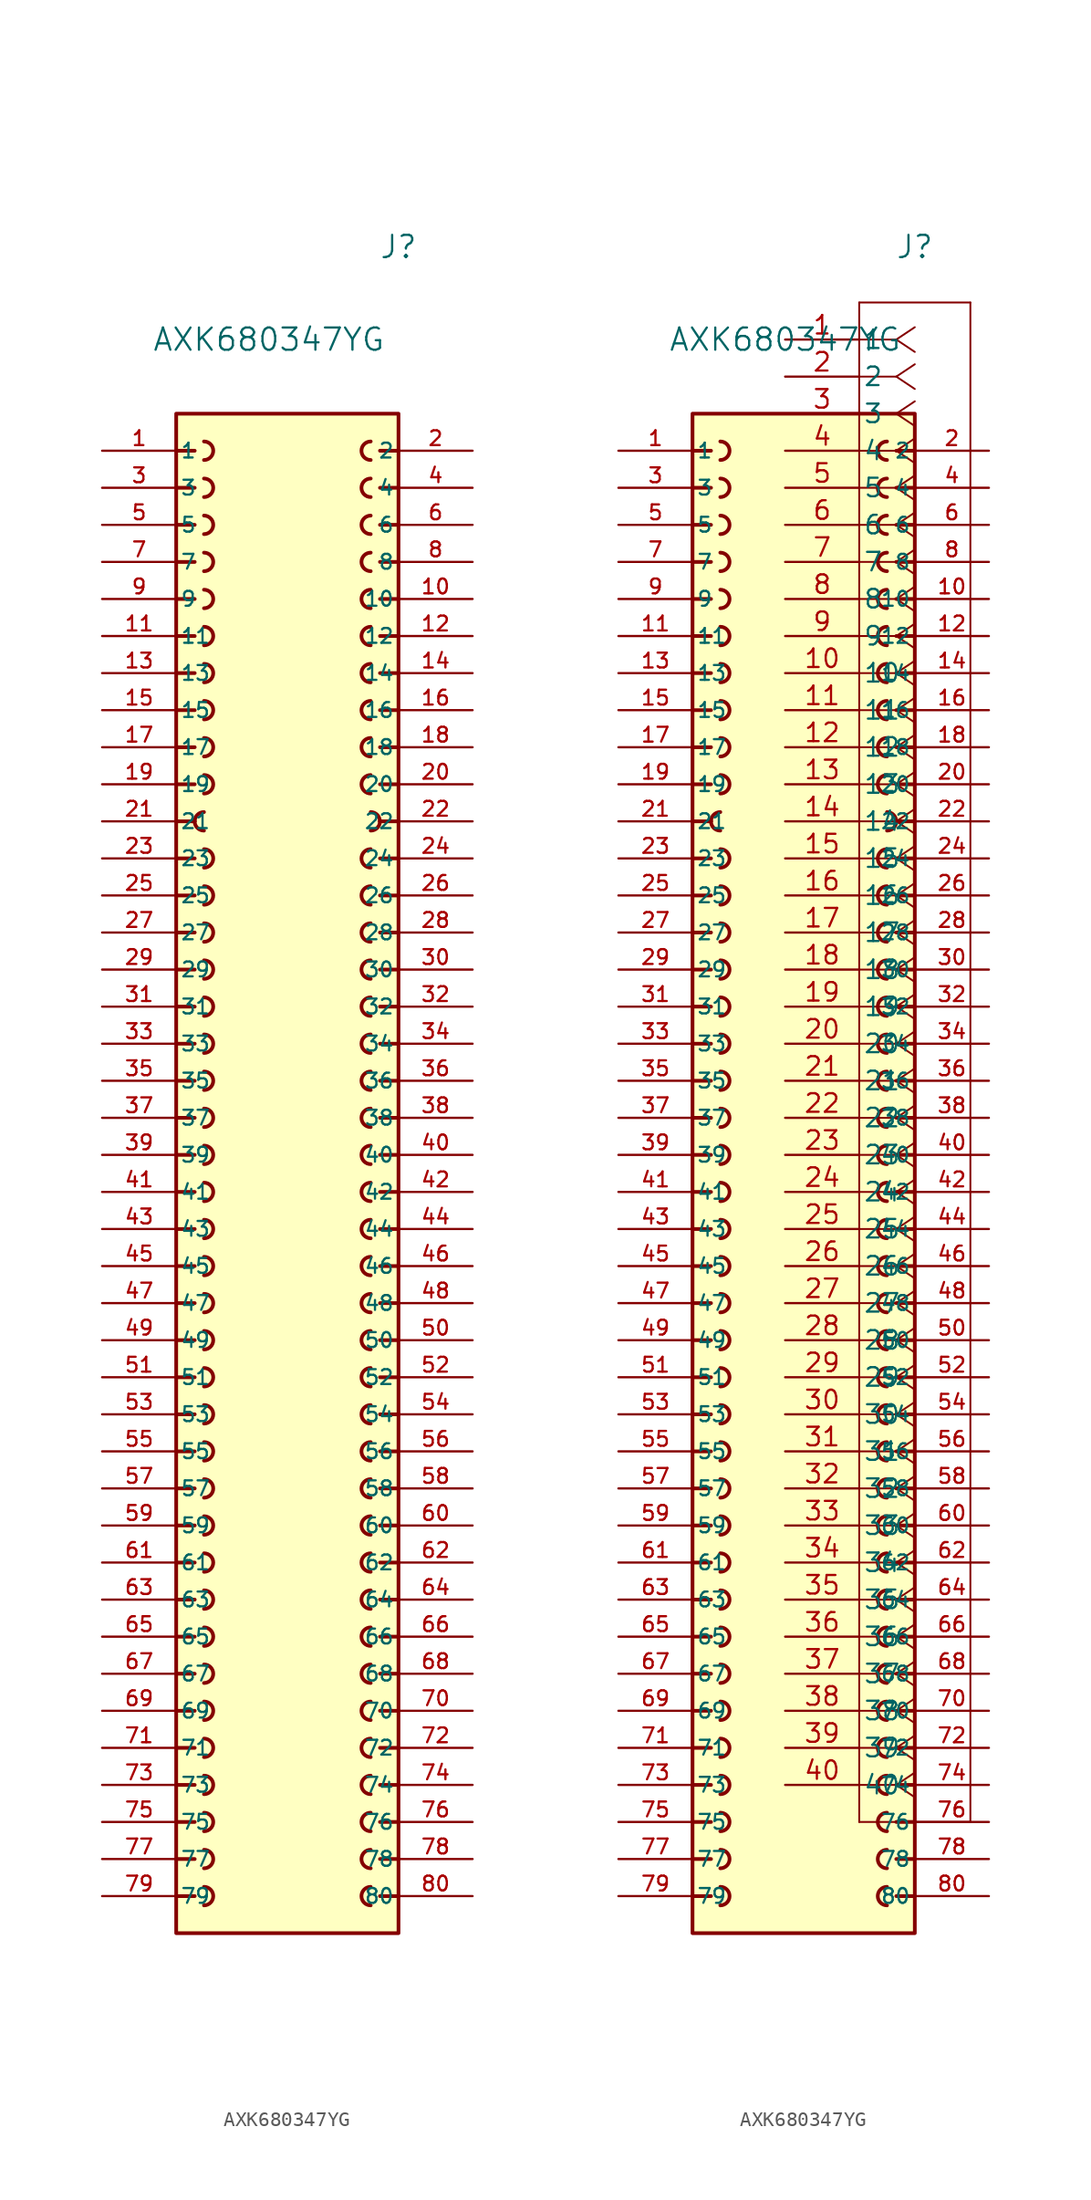
<source format=kicad_sym>
(kicad_symbol_lib
  (version 20241209)
  (generator "kicad_symbol_editor")
  (generator_version "9.0")
  (symbol "AXK680347YG"
    (pin_names
      (offset 0.254))
    (property "Reference" "J"
      (at 7.62 63.5 0)
      (effects (font (size 1.524 1.524))))
    (property "Value" "AXK680347YG"
      (at -1.27 57.15 0)
      (effects (font (size 1.524 1.524))))
    (symbol "AXK680347YG_0_0"
      (rectangle (start -7.62 52.07) (end 7.62 -52.07) (stroke (width 0.254) (type solid)) (fill (type background)))
      (polyline (pts (xy -7.62 49.53) (xy -6.35 49.53)) (stroke (width 0.254) (type solid)) (fill (type none)))
      (polyline (pts (xy -7.62 46.99) (xy -6.35 46.99)) (stroke (width 0.254) (type solid)) (fill (type none)))
      (polyline (pts (xy -7.62 44.45) (xy -6.35 44.45)) (stroke (width 0.254) (type solid)) (fill (type none)))
      (polyline (pts (xy -7.62 41.91) (xy -6.35 41.91)) (stroke (width 0.254) (type solid)) (fill (type none)))
      (polyline (pts (xy -7.62 39.37) (xy -6.35 39.37)) (stroke (width 0.254) (type solid)) (fill (type none)))
      (polyline (pts (xy -7.62 36.83) (xy -6.35 36.83)) (stroke (width 0.254) (type solid)) (fill (type none)))
      (polyline (pts (xy -7.62 34.29) (xy -6.35 34.29)) (stroke (width 0.254) (type solid)) (fill (type none)))
      (polyline (pts (xy -7.62 31.75) (xy -6.35 31.75)) (stroke (width 0.254) (type solid)) (fill (type none)))
      (polyline (pts (xy -7.62 29.21) (xy -6.35 29.21)) (stroke (width 0.254) (type solid)) (fill (type none)))
      (polyline (pts (xy -7.62 26.67) (xy -6.35 26.67)) (stroke (width 0.254) (type solid)) (fill (type none)))
      (polyline (pts (xy -7.62 24.13) (xy -6.35 24.13)) (stroke (width 0.254) (type solid)) (fill (type none)))
      (polyline (pts (xy -7.62 21.59) (xy -6.35 21.59)) (stroke (width 0.254) (type solid)) (fill (type none)))
      (polyline (pts (xy -7.62 19.05) (xy -6.35 19.05)) (stroke (width 0.254) (type solid)) (fill (type none)))
      (polyline (pts (xy -7.62 16.51) (xy -6.35 16.51)) (stroke (width 0.254) (type solid)) (fill (type none)))
      (polyline (pts (xy -7.62 13.97) (xy -6.35 13.97)) (stroke (width 0.254) (type solid)) (fill (type none)))
      (polyline (pts (xy -7.62 11.43) (xy -6.35 11.43)) (stroke (width 0.254) (type solid)) (fill (type none)))
      (polyline (pts (xy -7.62 8.89) (xy -6.35 8.89)) (stroke (width 0.254) (type solid)) (fill (type none)))
      (polyline (pts (xy -7.62 6.35) (xy -6.35 6.35)) (stroke (width 0.254) (type solid)) (fill (type none)))
      (polyline (pts (xy -7.62 3.81) (xy -6.35 3.81)) (stroke (width 0.254) (type solid)) (fill (type none)))
      (polyline (pts (xy -7.62 1.27) (xy -6.35 1.27)) (stroke (width 0.254) (type solid)) (fill (type none)))
      (polyline (pts (xy -7.62 -1.27) (xy -6.35 -1.27)) (stroke (width 0.254) (type solid)) (fill (type none)))
      (polyline (pts (xy -7.62 -3.81) (xy -6.35 -3.81)) (stroke (width 0.254) (type solid)) (fill (type none)))
      (polyline (pts (xy -7.62 -6.35) (xy -6.35 -6.35)) (stroke (width 0.254) (type solid)) (fill (type none)))
      (polyline (pts (xy -7.62 -8.89) (xy -6.35 -8.89)) (stroke (width 0.254) (type solid)) (fill (type none)))
      (polyline (pts (xy -7.62 -11.43) (xy -6.35 -11.43)) (stroke (width 0.254) (type solid)) (fill (type none)))
      (polyline (pts (xy -7.62 -13.97) (xy -6.35 -13.97)) (stroke (width 0.254) (type solid)) (fill (type none)))
      (polyline (pts (xy -7.62 -16.51) (xy -6.35 -16.51)) (stroke (width 0.254) (type solid)) (fill (type none)))
      (polyline (pts (xy -7.62 -19.05) (xy -6.35 -19.05)) (stroke (width 0.254) (type solid)) (fill (type none)))
      (polyline (pts (xy -7.62 -21.59) (xy -6.35 -21.59)) (stroke (width 0.254) (type solid)) (fill (type none)))
      (polyline (pts (xy -7.62 -24.13) (xy -6.35 -24.13)) (stroke (width 0.254) (type solid)) (fill (type none)))
      (polyline (pts (xy -7.62 -26.67) (xy -6.35 -26.67)) (stroke (width 0.254) (type solid)) (fill (type none)))
      (polyline (pts (xy -7.62 -29.21) (xy -6.35 -29.21)) (stroke (width 0.254) (type solid)) (fill (type none)))
      (polyline (pts (xy -7.62 -31.75) (xy -6.35 -31.75)) (stroke (width 0.254) (type solid)) (fill (type none)))
      (polyline (pts (xy -7.62 -34.29) (xy -6.35 -34.29)) (stroke (width 0.254) (type solid)) (fill (type none)))
      (polyline (pts (xy -7.62 -36.83) (xy -6.35 -36.83)) (stroke (width 0.254) (type solid)) (fill (type none)))
      (polyline (pts (xy -7.62 -39.37) (xy -6.35 -39.37)) (stroke (width 0.254) (type solid)) (fill (type none)))
      (polyline (pts (xy -7.62 -41.91) (xy -6.35 -41.91)) (stroke (width 0.254) (type solid)) (fill (type none)))
      (polyline (pts (xy -7.62 -44.45) (xy -6.35 -44.45)) (stroke (width 0.254) (type solid)) (fill (type none)))
      (polyline (pts (xy -7.62 -46.99) (xy -6.35 -46.99)) (stroke (width 0.254) (type solid)) (fill (type none)))
      (polyline (pts (xy -7.62 -49.53) (xy -6.35 -49.53)) (stroke (width 0.254) (type solid)) (fill (type none)))
      (arc (start -5.715 50.165) (mid -5.0827 49.53) (end -5.715 48.895) (stroke (width 0.254) (type solid)) (fill (type none)))
      (arc (start -5.715 47.625) (mid -5.0827 46.99) (end -5.715 46.355) (stroke (width 0.254) (type solid)) (fill (type none)))
      (arc (start -5.715 45.085) (mid -5.0827 44.45) (end -5.715 43.815) (stroke (width 0.254) (type solid)) (fill (type none)))
      (arc (start -5.715 42.545) (mid -5.0827 41.91) (end -5.715 41.275) (stroke (width 0.254) (type solid)) (fill (type none)))
      (arc (start -5.715 40.005) (mid -5.0827 39.37) (end -5.715 38.735) (stroke (width 0.254) (type solid)) (fill (type none)))
      (arc (start -5.715 37.465) (mid -5.0827 36.83) (end -5.715 36.195) (stroke (width 0.254) (type solid)) (fill (type none)))
      (arc (start -5.715 34.925) (mid -5.0827 34.29) (end -5.715 33.655) (stroke (width 0.254) (type solid)) (fill (type none)))
      (arc (start -5.715 32.385) (mid -5.0827 31.75) (end -5.715 31.115) (stroke (width 0.254) (type solid)) (fill (type none)))
      (arc (start -5.715 29.845) (mid -5.0827 29.21) (end -5.715 28.575) (stroke (width 0.254) (type solid)) (fill (type none)))
      (arc (start -5.715 27.305) (mid -5.0827 26.67) (end -5.715 26.035) (stroke (width 0.254) (type solid)) (fill (type none)))
      (arc (start -5.715 22.225) (mid -5.0827 21.59) (end -5.715 20.955) (stroke (width 0.254) (type solid)) (fill (type none)))
      (arc (start -5.715 19.685) (mid -5.0827 19.05) (end -5.715 18.415) (stroke (width 0.254) (type solid)) (fill (type none)))
      (arc (start -5.715 17.145) (mid -5.0827 16.51) (end -5.715 15.875) (stroke (width 0.254) (type solid)) (fill (type none)))
      (arc (start -5.715 14.605) (mid -5.0827 13.97) (end -5.715 13.335) (stroke (width 0.254) (type solid)) (fill (type none)))
      (arc (start -5.715 12.065) (mid -5.0827 11.43) (end -5.715 10.795) (stroke (width 0.254) (type solid)) (fill (type none)))
      (arc (start -5.715 9.525) (mid -5.0827 8.89) (end -5.715 8.255) (stroke (width 0.254) (type solid)) (fill (type none)))
      (arc (start -5.715 6.985) (mid -5.0827 6.35) (end -5.715 5.715) (stroke (width 0.254) (type solid)) (fill (type none)))
      (arc (start -5.715 4.445) (mid -5.0827 3.81) (end -5.715 3.175) (stroke (width 0.254) (type solid)) (fill (type none)))
      (arc (start -5.715 1.905) (mid -5.0827 1.27) (end -5.715 0.635) (stroke (width 0.254) (type solid)) (fill (type none)))
      (arc (start -5.715 -0.635) (mid -5.0827 -1.27) (end -5.715 -1.905) (stroke (width 0.254) (type solid)) (fill (type none)))
      (arc (start -5.715 -3.175) (mid -5.0827 -3.81) (end -5.715 -4.445) (stroke (width 0.254) (type solid)) (fill (type none)))
      (arc (start -5.715 -5.715) (mid -5.0827 -6.35) (end -5.715 -6.985) (stroke (width 0.254) (type solid)) (fill (type none)))
      (arc (start -5.715 -8.255) (mid -5.0827 -8.89) (end -5.715 -9.525) (stroke (width 0.254) (type solid)) (fill (type none)))
      (arc (start -5.715 -10.795) (mid -5.0827 -11.43) (end -5.715 -12.065) (stroke (width 0.254) (type solid)) (fill (type none)))
      (arc (start -5.715 -13.335) (mid -5.0827 -13.97) (end -5.715 -14.605) (stroke (width 0.254) (type solid)) (fill (type none)))
      (arc (start -5.715 -15.875) (mid -5.0827 -16.51) (end -5.715 -17.145) (stroke (width 0.254) (type solid)) (fill (type none)))
      (arc (start -5.715 -18.415) (mid -5.0827 -19.05) (end -5.715 -19.685) (stroke (width 0.254) (type solid)) (fill (type none)))
      (arc (start -5.715 -20.955) (mid -5.0827 -21.59) (end -5.715 -22.225) (stroke (width 0.254) (type solid)) (fill (type none)))
      (arc (start -5.715 -23.495) (mid -5.0827 -24.13) (end -5.715 -24.765) (stroke (width 0.254) (type solid)) (fill (type none)))
      (arc (start -5.715 -26.035) (mid -5.0827 -26.67) (end -5.715 -27.305) (stroke (width 0.254) (type solid)) (fill (type none)))
      (arc (start -5.715 -28.575) (mid -5.0827 -29.21) (end -5.715 -29.845) (stroke (width 0.254) (type solid)) (fill (type none)))
      (arc (start -5.715 -31.115) (mid -5.0827 -31.75) (end -5.715 -32.385) (stroke (width 0.254) (type solid)) (fill (type none)))
      (arc (start -5.715 -33.655) (mid -5.0827 -34.29) (end -5.715 -34.925) (stroke (width 0.254) (type solid)) (fill (type none)))
      (arc (start -5.715 -36.195) (mid -5.0827 -36.83) (end -5.715 -37.465) (stroke (width 0.254) (type solid)) (fill (type none)))
      (arc (start -5.715 -38.735) (mid -5.0827 -39.37) (end -5.715 -40.005) (stroke (width 0.254) (type solid)) (fill (type none)))
      (arc (start -5.715 -41.275) (mid -5.0827 -41.91) (end -5.715 -42.545) (stroke (width 0.254) (type solid)) (fill (type none)))
      (arc (start -5.715 -43.815) (mid -5.0827 -44.45) (end -5.715 -45.085) (stroke (width 0.254) (type solid)) (fill (type none)))
      (arc (start -5.715 -46.355) (mid -5.0827 -46.99) (end -5.715 -47.625) (stroke (width 0.254) (type solid)) (fill (type none)))
      (arc (start -5.715 -48.895) (mid -5.0827 -49.53) (end -5.715 -50.165) (stroke (width 0.254) (type solid)) (fill (type none)))
      (arc (start -6.35 24.13) (mid -6.164 24.579) (end -5.715 24.765) (stroke (width 0.254) (type solid)) (fill (type none)))
      (arc (start -5.715 23.495) (mid -6.164 23.681) (end -6.35 24.13) (stroke (width 0.254) (type solid)) (fill (type none)))
      (arc (start 5.715 24.765) (mid 6.164 24.579) (end 6.35 24.13) (stroke (width 0.254) (type solid)) (fill (type none)))
      (arc (start 6.35 24.13) (mid 6.164 23.681) (end 5.715 23.495) (stroke (width 0.254) (type solid)) (fill (type none)))
      (arc (start 5.715 48.895) (mid 5.083 49.53) (end 5.715 50.165) (stroke (width 0.254) (type solid)) (fill (type none)))
      (arc (start 5.715 46.355) (mid 5.083 46.99) (end 5.715 47.625) (stroke (width 0.254) (type solid)) (fill (type none)))
      (arc (start 5.715 43.815) (mid 5.083 44.45) (end 5.715 45.085) (stroke (width 0.254) (type solid)) (fill (type none)))
      (arc (start 5.715 41.275) (mid 5.083 41.91) (end 5.715 42.545) (stroke (width 0.254) (type solid)) (fill (type none)))
      (arc (start 5.715 38.735) (mid 5.083 39.37) (end 5.715 40.005) (stroke (width 0.254) (type solid)) (fill (type none)))
      (arc (start 5.715 36.195) (mid 5.083 36.83) (end 5.715 37.465) (stroke (width 0.254) (type solid)) (fill (type none)))
      (arc (start 5.715 33.655) (mid 5.083 34.29) (end 5.715 34.925) (stroke (width 0.254) (type solid)) (fill (type none)))
      (arc (start 5.715 31.115) (mid 5.083 31.75) (end 5.715 32.385) (stroke (width 0.254) (type solid)) (fill (type none)))
      (arc (start 5.715 28.575) (mid 5.083 29.21) (end 5.715 29.845) (stroke (width 0.254) (type solid)) (fill (type none)))
      (arc (start 5.715 26.035) (mid 5.083 26.67) (end 5.715 27.305) (stroke (width 0.254) (type solid)) (fill (type none)))
      (arc (start 5.715 20.955) (mid 5.083 21.59) (end 5.715 22.225) (stroke (width 0.254) (type solid)) (fill (type none)))
      (arc (start 5.715 18.415) (mid 5.083 19.05) (end 5.715 19.685) (stroke (width 0.254) (type solid)) (fill (type none)))
      (arc (start 5.715 15.875) (mid 5.083 16.51) (end 5.715 17.145) (stroke (width 0.254) (type solid)) (fill (type none)))
      (arc (start 5.715 13.335) (mid 5.083 13.97) (end 5.715 14.605) (stroke (width 0.254) (type solid)) (fill (type none)))
      (arc (start 5.715 10.795) (mid 5.083 11.43) (end 5.715 12.065) (stroke (width 0.254) (type solid)) (fill (type none)))
      (arc (start 5.715 8.255) (mid 5.083 8.89) (end 5.715 9.525) (stroke (width 0.254) (type solid)) (fill (type none)))
      (arc (start 5.715 5.715) (mid 5.083 6.35) (end 5.715 6.985) (stroke (width 0.254) (type solid)) (fill (type none)))
      (arc (start 5.715 3.175) (mid 5.083 3.81) (end 5.715 4.445) (stroke (width 0.254) (type solid)) (fill (type none)))
      (arc (start 5.715 0.635) (mid 5.083 1.27) (end 5.715 1.905) (stroke (width 0.254) (type solid)) (fill (type none)))
      (arc (start 5.715 -1.905) (mid 5.083 -1.27) (end 5.715 -0.635) (stroke (width 0.254) (type solid)) (fill (type none)))
      (arc (start 5.715 -4.445) (mid 5.083 -3.81) (end 5.715 -3.175) (stroke (width 0.254) (type solid)) (fill (type none)))
      (arc (start 5.715 -6.985) (mid 5.083 -6.35) (end 5.715 -5.715) (stroke (width 0.254) (type solid)) (fill (type none)))
      (arc (start 5.715 -9.525) (mid 5.083 -8.89) (end 5.715 -8.255) (stroke (width 0.254) (type solid)) (fill (type none)))
      (arc (start 5.715 -12.065) (mid 5.083 -11.43) (end 5.715 -10.795) (stroke (width 0.254) (type solid)) (fill (type none)))
      (arc (start 5.715 -14.605) (mid 5.083 -13.97) (end 5.715 -13.335) (stroke (width 0.254) (type solid)) (fill (type none)))
      (arc (start 5.715 -17.145) (mid 5.083 -16.51) (end 5.715 -15.875) (stroke (width 0.254) (type solid)) (fill (type none)))
      (arc (start 5.715 -19.685) (mid 5.083 -19.05) (end 5.715 -18.415) (stroke (width 0.254) (type solid)) (fill (type none)))
      (arc (start 5.715 -22.225) (mid 5.083 -21.59) (end 5.715 -20.955) (stroke (width 0.254) (type solid)) (fill (type none)))
      (arc (start 5.715 -24.765) (mid 5.083 -24.13) (end 5.715 -23.495) (stroke (width 0.254) (type solid)) (fill (type none)))
      (arc (start 5.715 -27.305) (mid 5.083 -26.67) (end 5.715 -26.035) (stroke (width 0.254) (type solid)) (fill (type none)))
      (arc (start 5.715 -29.845) (mid 5.083 -29.21) (end 5.715 -28.575) (stroke (width 0.254) (type solid)) (fill (type none)))
      (arc (start 5.715 -32.385) (mid 5.083 -31.75) (end 5.715 -31.115) (stroke (width 0.254) (type solid)) (fill (type none)))
      (arc (start 5.715 -34.925) (mid 5.083 -34.29) (end 5.715 -33.655) (stroke (width 0.254) (type solid)) (fill (type none)))
      (arc (start 5.715 -37.465) (mid 5.083 -36.83) (end 5.715 -36.195) (stroke (width 0.254) (type solid)) (fill (type none)))
      (arc (start 5.715 -40.005) (mid 5.083 -39.37) (end 5.715 -38.735) (stroke (width 0.254) (type solid)) (fill (type none)))
      (arc (start 5.715 -42.545) (mid 5.083 -41.91) (end 5.715 -41.275) (stroke (width 0.254) (type solid)) (fill (type none)))
      (arc (start 5.715 -45.085) (mid 5.083 -44.45) (end 5.715 -43.815) (stroke (width 0.254) (type solid)) (fill (type none)))
      (arc (start 5.715 -47.625) (mid 5.083 -46.99) (end 5.715 -46.355) (stroke (width 0.254) (type solid)) (fill (type none)))
      (arc (start 5.715 -50.165) (mid 5.083 -49.53) (end 5.715 -48.895) (stroke (width 0.254) (type solid)) (fill (type none)))
      (polyline (pts (xy 7.62 49.53) (xy 6.35 49.53)) (stroke (width 0.254) (type solid)) (fill (type none)))
      (polyline (pts (xy 7.62 46.99) (xy 6.35 46.99)) (stroke (width 0.254) (type solid)) (fill (type none)))
      (polyline (pts (xy 7.62 44.45) (xy 6.35 44.45)) (stroke (width 0.254) (type solid)) (fill (type none)))
      (polyline (pts (xy 7.62 41.91) (xy 6.35 41.91)) (stroke (width 0.254) (type solid)) (fill (type none)))
      (polyline (pts (xy 7.62 39.37) (xy 6.35 39.37)) (stroke (width 0.254) (type solid)) (fill (type none)))
      (polyline (pts (xy 7.62 36.83) (xy 6.35 36.83)) (stroke (width 0.254) (type solid)) (fill (type none)))
      (polyline (pts (xy 7.62 34.29) (xy 6.35 34.29)) (stroke (width 0.254) (type solid)) (fill (type none)))
      (polyline (pts (xy 7.62 31.75) (xy 6.35 31.75)) (stroke (width 0.254) (type solid)) (fill (type none)))
      (polyline (pts (xy 7.62 29.21) (xy 6.35 29.21)) (stroke (width 0.254) (type solid)) (fill (type none)))
      (polyline (pts (xy 7.62 26.67) (xy 6.35 26.67)) (stroke (width 0.254) (type solid)) (fill (type none)))
      (polyline (pts (xy 7.62 24.13) (xy 6.35 24.13)) (stroke (width 0.254) (type solid)) (fill (type none)))
      (polyline (pts (xy 7.62 21.59) (xy 6.35 21.59)) (stroke (width 0.254) (type solid)) (fill (type none)))
      (polyline (pts (xy 7.62 19.05) (xy 6.35 19.05)) (stroke (width 0.254) (type solid)) (fill (type none)))
      (polyline (pts (xy 7.62 16.51) (xy 6.35 16.51)) (stroke (width 0.254) (type solid)) (fill (type none)))
      (polyline (pts (xy 7.62 13.97) (xy 6.35 13.97)) (stroke (width 0.254) (type solid)) (fill (type none)))
      (polyline (pts (xy 7.62 11.43) (xy 6.35 11.43)) (stroke (width 0.254) (type solid)) (fill (type none)))
      (polyline (pts (xy 7.62 8.89) (xy 6.35 8.89)) (stroke (width 0.254) (type solid)) (fill (type none)))
      (polyline (pts (xy 7.62 6.35) (xy 6.35 6.35)) (stroke (width 0.254) (type solid)) (fill (type none)))
      (polyline (pts (xy 7.62 3.81) (xy 6.35 3.81)) (stroke (width 0.254) (type solid)) (fill (type none)))
      (polyline (pts (xy 7.62 1.27) (xy 6.35 1.27)) (stroke (width 0.254) (type solid)) (fill (type none)))
      (polyline (pts (xy 7.62 -1.27) (xy 6.35 -1.27)) (stroke (width 0.254) (type solid)) (fill (type none)))
      (polyline (pts (xy 7.62 -3.81) (xy 6.35 -3.81)) (stroke (width 0.254) (type solid)) (fill (type none)))
      (polyline (pts (xy 7.62 -6.35) (xy 6.35 -6.35)) (stroke (width 0.254) (type solid)) (fill (type none)))
      (polyline (pts (xy 7.62 -8.89) (xy 6.35 -8.89)) (stroke (width 0.254) (type solid)) (fill (type none)))
      (polyline (pts (xy 7.62 -11.43) (xy 6.35 -11.43)) (stroke (width 0.254) (type solid)) (fill (type none)))
      (polyline (pts (xy 7.62 -13.97) (xy 6.35 -13.97)) (stroke (width 0.254) (type solid)) (fill (type none)))
      (polyline (pts (xy 7.62 -16.51) (xy 6.35 -16.51)) (stroke (width 0.254) (type solid)) (fill (type none)))
      (polyline (pts (xy 7.62 -19.05) (xy 6.35 -19.05)) (stroke (width 0.254) (type solid)) (fill (type none)))
      (polyline (pts (xy 7.62 -21.59) (xy 6.35 -21.59)) (stroke (width 0.254) (type solid)) (fill (type none)))
      (polyline (pts (xy 7.62 -24.13) (xy 6.35 -24.13)) (stroke (width 0.254) (type solid)) (fill (type none)))
      (polyline (pts (xy 7.62 -26.67) (xy 6.35 -26.67)) (stroke (width 0.254) (type solid)) (fill (type none)))
      (polyline (pts (xy 7.62 -29.21) (xy 6.35 -29.21)) (stroke (width 0.254) (type solid)) (fill (type none)))
      (polyline (pts (xy 7.62 -31.75) (xy 6.35 -31.75)) (stroke (width 0.254) (type solid)) (fill (type none)))
      (polyline (pts (xy 7.62 -34.29) (xy 6.35 -34.29)) (stroke (width 0.254) (type solid)) (fill (type none)))
      (polyline (pts (xy 7.62 -36.83) (xy 6.35 -36.83)) (stroke (width 0.254) (type solid)) (fill (type none)))
      (polyline (pts (xy 7.62 -39.37) (xy 6.35 -39.37)) (stroke (width 0.254) (type solid)) (fill (type none)))
      (polyline (pts (xy 7.62 -41.91) (xy 6.35 -41.91)) (stroke (width 0.254) (type solid)) (fill (type none)))
      (polyline (pts (xy 7.62 -44.45) (xy 6.35 -44.45)) (stroke (width 0.254) (type solid)) (fill (type none)))
      (polyline (pts (xy 7.62 -46.99) (xy 6.35 -46.99)) (stroke (width 0.254) (type solid)) (fill (type none)))
      (polyline (pts (xy 7.62 -49.53) (xy 6.35 -49.53)) (stroke (width 0.254) (type solid)) (fill (type none)))
      (pin passive line (at -12.7 49.53 0) (length 5.08) (name "1" (effects (font (size 1.016 1.016)))) (number "1" (effects (font (size 1.016 1.016)))))
      (pin passive line (at -12.7 46.99 0) (length 5.08) (name "3" (effects (font (size 1.016 1.016)))) (number "3" (effects (font (size 1.016 1.016)))))
      (pin passive line (at -12.7 44.45 0) (length 5.08) (name "5" (effects (font (size 1.016 1.016)))) (number "5" (effects (font (size 1.016 1.016)))))
      (pin passive line (at -12.7 41.91 0) (length 5.08) (name "7" (effects (font (size 1.016 1.016)))) (number "7" (effects (font (size 1.016 1.016)))))
      (pin passive line (at -12.7 39.37 0) (length 5.08) (name "9" (effects (font (size 1.016 1.016)))) (number "9" (effects (font (size 1.016 1.016)))))
      (pin passive line (at -12.7 36.83 0) (length 5.08) (name "11" (effects (font (size 1.016 1.016)))) (number "11" (effects (font (size 1.016 1.016)))))
      (pin passive line (at -12.7 34.29 0) (length 5.08) (name "13" (effects (font (size 1.016 1.016)))) (number "13" (effects (font (size 1.016 1.016)))))
      (pin passive line (at -12.7 31.75 0) (length 5.08) (name "15" (effects (font (size 1.016 1.016)))) (number "15" (effects (font (size 1.016 1.016)))))
      (pin passive line (at -12.7 29.21 0) (length 5.08) (name "17" (effects (font (size 1.016 1.016)))) (number "17" (effects (font (size 1.016 1.016)))))
      (pin passive line (at -12.7 26.67 0) (length 5.08) (name "19" (effects (font (size 1.016 1.016)))) (number "19" (effects (font (size 1.016 1.016)))))
      (pin passive line (at -12.7 24.13 0) (length 5.08) (name "21" (effects (font (size 1.016 1.016)))) (number "21" (effects (font (size 1.016 1.016)))))
      (pin passive line (at -12.7 21.59 0) (length 5.08) (name "23" (effects (font (size 1.016 1.016)))) (number "23" (effects (font (size 1.016 1.016)))))
      (pin passive line (at -12.7 19.05 0) (length 5.08) (name "25" (effects (font (size 1.016 1.016)))) (number "25" (effects (font (size 1.016 1.016)))))
      (pin passive line (at -12.7 16.51 0) (length 5.08) (name "27" (effects (font (size 1.016 1.016)))) (number "27" (effects (font (size 1.016 1.016)))))
      (pin passive line (at -12.7 13.97 0) (length 5.08) (name "29" (effects (font (size 1.016 1.016)))) (number "29" (effects (font (size 1.016 1.016)))))
      (pin passive line (at -12.7 11.43 0) (length 5.08) (name "31" (effects (font (size 1.016 1.016)))) (number "31" (effects (font (size 1.016 1.016)))))
      (pin passive line (at -12.7 8.89 0) (length 5.08) (name "33" (effects (font (size 1.016 1.016)))) (number "33" (effects (font (size 1.016 1.016)))))
      (pin passive line (at -12.7 6.35 0) (length 5.08) (name "35" (effects (font (size 1.016 1.016)))) (number "35" (effects (font (size 1.016 1.016)))))
      (pin passive line (at -12.7 3.81 0) (length 5.08) (name "37" (effects (font (size 1.016 1.016)))) (number "37" (effects (font (size 1.016 1.016)))))
      (pin passive line (at -12.7 1.27 0) (length 5.08) (name "39" (effects (font (size 1.016 1.016)))) (number "39" (effects (font (size 1.016 1.016)))))
      (pin passive line (at -12.7 -1.27 0) (length 5.08) (name "41" (effects (font (size 1.016 1.016)))) (number "41" (effects (font (size 1.016 1.016)))))
      (pin passive line (at -12.7 -3.81 0) (length 5.08) (name "43" (effects (font (size 1.016 1.016)))) (number "43" (effects (font (size 1.016 1.016)))))
      (pin passive line (at -12.7 -6.35 0) (length 5.08) (name "45" (effects (font (size 1.016 1.016)))) (number "45" (effects (font (size 1.016 1.016)))))
      (pin passive line (at -12.7 -8.89 0) (length 5.08) (name "47" (effects (font (size 1.016 1.016)))) (number "47" (effects (font (size 1.016 1.016)))))
      (pin passive line (at -12.7 -11.43 0) (length 5.08) (name "49" (effects (font (size 1.016 1.016)))) (number "49" (effects (font (size 1.016 1.016)))))
      (pin passive line (at -12.7 -13.97 0) (length 5.08) (name "51" (effects (font (size 1.016 1.016)))) (number "51" (effects (font (size 1.016 1.016)))))
      (pin passive line (at -12.7 -16.51 0) (length 5.08) (name "53" (effects (font (size 1.016 1.016)))) (number "53" (effects (font (size 1.016 1.016)))))
      (pin passive line (at -12.7 -19.05 0) (length 5.08) (name "55" (effects (font (size 1.016 1.016)))) (number "55" (effects (font (size 1.016 1.016)))))
      (pin passive line (at -12.7 -21.59 0) (length 5.08) (name "57" (effects (font (size 1.016 1.016)))) (number "57" (effects (font (size 1.016 1.016)))))
      (pin passive line (at -12.7 -24.13 0) (length 5.08) (name "59" (effects (font (size 1.016 1.016)))) (number "59" (effects (font (size 1.016 1.016)))))
      (pin passive line (at -12.7 -26.67 0) (length 5.08) (name "61" (effects (font (size 1.016 1.016)))) (number "61" (effects (font (size 1.016 1.016)))))
      (pin passive line (at -12.7 -29.21 0) (length 5.08) (name "63" (effects (font (size 1.016 1.016)))) (number "63" (effects (font (size 1.016 1.016)))))
      (pin passive line (at -12.7 -31.75 0) (length 5.08) (name "65" (effects (font (size 1.016 1.016)))) (number "65" (effects (font (size 1.016 1.016)))))
      (pin passive line (at -12.7 -34.29 0) (length 5.08) (name "67" (effects (font (size 1.016 1.016)))) (number "67" (effects (font (size 1.016 1.016)))))
      (pin passive line (at -12.7 -36.83 0) (length 5.08) (name "69" (effects (font (size 1.016 1.016)))) (number "69" (effects (font (size 1.016 1.016)))))
      (pin passive line (at -12.7 -39.37 0) (length 5.08) (name "71" (effects (font (size 1.016 1.016)))) (number "71" (effects (font (size 1.016 1.016)))))
      (pin passive line (at -12.7 -41.91 0) (length 5.08) (name "73" (effects (font (size 1.016 1.016)))) (number "73" (effects (font (size 1.016 1.016)))))
      (pin passive line (at -12.7 -44.45 0) (length 5.08) (name "75" (effects (font (size 1.016 1.016)))) (number "75" (effects (font (size 1.016 1.016)))))
      (pin passive line (at -12.7 -46.99 0) (length 5.08) (name "77" (effects (font (size 1.016 1.016)))) (number "77" (effects (font (size 1.016 1.016)))))
      (pin passive line (at -12.7 -49.53 0) (length 5.08) (name "79" (effects (font (size 1.016 1.016)))) (number "79" (effects (font (size 1.016 1.016)))))
      (pin passive line (at 12.7 49.53 180) (length 5.08) (name "2" (effects (font (size 1.016 1.016)))) (number "2" (effects (font (size 1.016 1.016)))))
      (pin passive line (at 12.7 46.99 180) (length 5.08) (name "4" (effects (font (size 1.016 1.016)))) (number "4" (effects (font (size 1.016 1.016)))))
      (pin passive line (at 12.7 44.45 180) (length 5.08) (name "6" (effects (font (size 1.016 1.016)))) (number "6" (effects (font (size 1.016 1.016)))))
      (pin passive line (at 12.7 41.91 180) (length 5.08) (name "8" (effects (font (size 1.016 1.016)))) (number "8" (effects (font (size 1.016 1.016)))))
      (pin passive line (at 12.7 39.37 180) (length 5.08) (name "10" (effects (font (size 1.016 1.016)))) (number "10" (effects (font (size 1.016 1.016)))))
      (pin passive line (at 12.7 36.83 180) (length 5.08) (name "12" (effects (font (size 1.016 1.016)))) (number "12" (effects (font (size 1.016 1.016)))))
      (pin passive line (at 12.7 34.29 180) (length 5.08) (name "14" (effects (font (size 1.016 1.016)))) (number "14" (effects (font (size 1.016 1.016)))))
      (pin passive line (at 12.7 31.75 180) (length 5.08) (name "16" (effects (font (size 1.016 1.016)))) (number "16" (effects (font (size 1.016 1.016)))))
      (pin passive line (at 12.7 29.21 180) (length 5.08) (name "18" (effects (font (size 1.016 1.016)))) (number "18" (effects (font (size 1.016 1.016)))))
      (pin passive line (at 12.7 26.67 180) (length 5.08) (name "20" (effects (font (size 1.016 1.016)))) (number "20" (effects (font (size 1.016 1.016)))))
      (pin passive line (at 12.7 24.13 180) (length 5.08) (name "22" (effects (font (size 1.016 1.016)))) (number "22" (effects (font (size 1.016 1.016)))))
      (pin passive line (at 12.7 21.59 180) (length 5.08) (name "24" (effects (font (size 1.016 1.016)))) (number "24" (effects (font (size 1.016 1.016)))))
      (pin passive line (at 12.7 19.05 180) (length 5.08) (name "26" (effects (font (size 1.016 1.016)))) (number "26" (effects (font (size 1.016 1.016)))))
      (pin passive line (at 12.7 16.51 180) (length 5.08) (name "28" (effects (font (size 1.016 1.016)))) (number "28" (effects (font (size 1.016 1.016)))))
      (pin passive line (at 12.7 13.97 180) (length 5.08) (name "30" (effects (font (size 1.016 1.016)))) (number "30" (effects (font (size 1.016 1.016)))))
      (pin passive line (at 12.7 11.43 180) (length 5.08) (name "32" (effects (font (size 1.016 1.016)))) (number "32" (effects (font (size 1.016 1.016)))))
      (pin passive line (at 12.7 8.89 180) (length 5.08) (name "34" (effects (font (size 1.016 1.016)))) (number "34" (effects (font (size 1.016 1.016)))))
      (pin passive line (at 12.7 6.35 180) (length 5.08) (name "36" (effects (font (size 1.016 1.016)))) (number "36" (effects (font (size 1.016 1.016)))))
      (pin passive line (at 12.7 3.81 180) (length 5.08) (name "38" (effects (font (size 1.016 1.016)))) (number "38" (effects (font (size 1.016 1.016)))))
      (pin passive line (at 12.7 1.27 180) (length 5.08) (name "40" (effects (font (size 1.016 1.016)))) (number "40" (effects (font (size 1.016 1.016)))))
      (pin passive line (at 12.7 -1.27 180) (length 5.08) (name "42" (effects (font (size 1.016 1.016)))) (number "42" (effects (font (size 1.016 1.016)))))
      (pin passive line (at 12.7 -3.81 180) (length 5.08) (name "44" (effects (font (size 1.016 1.016)))) (number "44" (effects (font (size 1.016 1.016)))))
      (pin passive line (at 12.7 -6.35 180) (length 5.08) (name "46" (effects (font (size 1.016 1.016)))) (number "46" (effects (font (size 1.016 1.016)))))
      (pin passive line (at 12.7 -8.89 180) (length 5.08) (name "48" (effects (font (size 1.016 1.016)))) (number "48" (effects (font (size 1.016 1.016)))))
      (pin passive line (at 12.7 -11.43 180) (length 5.08) (name "50" (effects (font (size 1.016 1.016)))) (number "50" (effects (font (size 1.016 1.016)))))
      (pin passive line (at 12.7 -13.97 180) (length 5.08) (name "52" (effects (font (size 1.016 1.016)))) (number "52" (effects (font (size 1.016 1.016)))))
      (pin passive line (at 12.7 -16.51 180) (length 5.08) (name "54" (effects (font (size 1.016 1.016)))) (number "54" (effects (font (size 1.016 1.016)))))
      (pin passive line (at 12.7 -19.05 180) (length 5.08) (name "56" (effects (font (size 1.016 1.016)))) (number "56" (effects (font (size 1.016 1.016)))))
      (pin passive line (at 12.7 -21.59 180) (length 5.08) (name "58" (effects (font (size 1.016 1.016)))) (number "58" (effects (font (size 1.016 1.016)))))
      (pin passive line (at 12.7 -24.13 180) (length 5.08) (name "60" (effects (font (size 1.016 1.016)))) (number "60" (effects (font (size 1.016 1.016)))))
      (pin passive line (at 12.7 -26.67 180) (length 5.08) (name "62" (effects (font (size 1.016 1.016)))) (number "62" (effects (font (size 1.016 1.016)))))
      (pin passive line (at 12.7 -29.21 180) (length 5.08) (name "64" (effects (font (size 1.016 1.016)))) (number "64" (effects (font (size 1.016 1.016)))))
      (pin passive line (at 12.7 -31.75 180) (length 5.08) (name "66" (effects (font (size 1.016 1.016)))) (number "66" (effects (font (size 1.016 1.016)))))
      (pin passive line (at 12.7 -34.29 180) (length 5.08) (name "68" (effects (font (size 1.016 1.016)))) (number "68" (effects (font (size 1.016 1.016)))))
      (pin passive line (at 12.7 -36.83 180) (length 5.08) (name "70" (effects (font (size 1.016 1.016)))) (number "70" (effects (font (size 1.016 1.016)))))
      (pin passive line (at 12.7 -39.37 180) (length 5.08) (name "72" (effects (font (size 1.016 1.016)))) (number "72" (effects (font (size 1.016 1.016)))))
      (pin passive line (at 12.7 -41.91 180) (length 5.08) (name "74" (effects (font (size 1.016 1.016)))) (number "74" (effects (font (size 1.016 1.016)))))
      (pin passive line (at 12.7 -44.45 180) (length 5.08) (name "76" (effects (font (size 1.016 1.016)))) (number "76" (effects (font (size 1.016 1.016)))))
      (pin passive line (at 12.7 -46.99 180) (length 5.08) (name "78" (effects (font (size 1.016 1.016)))) (number "78" (effects (font (size 1.016 1.016)))))
      (pin passive line (at 12.7 -49.53 180) (length 5.08) (name "80" (effects (font (size 1.016 1.016)))) (number "80" (effects (font (size 1.016 1.016))))))
    (symbol "AXK680347YG_1_2"
      (polyline (pts (xy 3.81 59.69) (xy 3.81 -44.45)) (stroke (width 0.127) (type default)) (fill (type none)))
      (polyline (pts (xy 3.81 -44.45) (xy 11.43 -44.45)) (stroke (width 0.127) (type default)) (fill (type none)))
      (polyline (pts (xy 6.35 57.15) (xy 3.81 57.15)) (stroke (width 0.127) (type default)) (fill (type none)))
      (polyline (pts (xy 6.35 57.15) (xy 7.62 57.997)) (stroke (width 0.127) (type default)) (fill (type none)))
      (polyline (pts (xy 6.35 57.15) (xy 7.62 56.303)) (stroke (width 0.127) (type default)) (fill (type none)))
      (polyline (pts (xy 6.35 54.61) (xy 3.81 54.61)) (stroke (width 0.127) (type default)) (fill (type none)))
      (polyline (pts (xy 6.35 54.61) (xy 7.62 55.457)) (stroke (width 0.127) (type default)) (fill (type none)))
      (polyline (pts (xy 6.35 54.61) (xy 7.62 53.763)) (stroke (width 0.127) (type default)) (fill (type none)))
      (polyline (pts (xy 6.35 52.07) (xy 3.81 52.07)) (stroke (width 0.127) (type default)) (fill (type none)))
      (polyline (pts (xy 6.35 52.07) (xy 7.62 52.917)) (stroke (width 0.127) (type default)) (fill (type none)))
      (polyline (pts (xy 6.35 52.07) (xy 7.62 51.223)) (stroke (width 0.127) (type default)) (fill (type none)))
      (polyline (pts (xy 6.35 49.53) (xy 3.81 49.53)) (stroke (width 0.127) (type default)) (fill (type none)))
      (polyline (pts (xy 6.35 49.53) (xy 7.62 50.377)) (stroke (width 0.127) (type default)) (fill (type none)))
      (polyline (pts (xy 6.35 49.53) (xy 7.62 48.683)) (stroke (width 0.127) (type default)) (fill (type none)))
      (polyline (pts (xy 6.35 46.99) (xy 3.81 46.99)) (stroke (width 0.127) (type default)) (fill (type none)))
      (polyline (pts (xy 6.35 46.99) (xy 7.62 47.837)) (stroke (width 0.127) (type default)) (fill (type none)))
      (polyline (pts (xy 6.35 46.99) (xy 7.62 46.143)) (stroke (width 0.127) (type default)) (fill (type none)))
      (polyline (pts (xy 6.35 44.45) (xy 3.81 44.45)) (stroke (width 0.127) (type default)) (fill (type none)))
      (polyline (pts (xy 6.35 44.45) (xy 7.62 45.297)) (stroke (width 0.127) (type default)) (fill (type none)))
      (polyline (pts (xy 6.35 44.45) (xy 7.62 43.603)) (stroke (width 0.127) (type default)) (fill (type none)))
      (polyline (pts (xy 6.35 41.91) (xy 3.81 41.91)) (stroke (width 0.127) (type default)) (fill (type none)))
      (polyline (pts (xy 6.35 41.91) (xy 7.62 42.757)) (stroke (width 0.127) (type default)) (fill (type none)))
      (polyline (pts (xy 6.35 41.91) (xy 7.62 41.063)) (stroke (width 0.127) (type default)) (fill (type none)))
      (polyline (pts (xy 6.35 39.37) (xy 3.81 39.37)) (stroke (width 0.127) (type default)) (fill (type none)))
      (polyline (pts (xy 6.35 39.37) (xy 7.62 40.217)) (stroke (width 0.127) (type default)) (fill (type none)))
      (polyline (pts (xy 6.35 39.37) (xy 7.62 38.523)) (stroke (width 0.127) (type default)) (fill (type none)))
      (polyline (pts (xy 6.35 36.83) (xy 3.81 36.83)) (stroke (width 0.127) (type default)) (fill (type none)))
      (polyline (pts (xy 6.35 36.83) (xy 7.62 37.677)) (stroke (width 0.127) (type default)) (fill (type none)))
      (polyline (pts (xy 6.35 36.83) (xy 7.62 35.983)) (stroke (width 0.127) (type default)) (fill (type none)))
      (polyline (pts (xy 6.35 34.29) (xy 3.81 34.29)) (stroke (width 0.127) (type default)) (fill (type none)))
      (polyline (pts (xy 6.35 34.29) (xy 7.62 35.137)) (stroke (width 0.127) (type default)) (fill (type none)))
      (polyline (pts (xy 6.35 34.29) (xy 7.62 33.443)) (stroke (width 0.127) (type default)) (fill (type none)))
      (polyline (pts (xy 6.35 31.75) (xy 3.81 31.75)) (stroke (width 0.127) (type default)) (fill (type none)))
      (polyline (pts (xy 6.35 31.75) (xy 7.62 32.597)) (stroke (width 0.127) (type default)) (fill (type none)))
      (polyline (pts (xy 6.35 31.75) (xy 7.62 30.903)) (stroke (width 0.127) (type default)) (fill (type none)))
      (polyline (pts (xy 6.35 29.21) (xy 3.81 29.21)) (stroke (width 0.127) (type default)) (fill (type none)))
      (polyline (pts (xy 6.35 29.21) (xy 7.62 30.057)) (stroke (width 0.127) (type default)) (fill (type none)))
      (polyline (pts (xy 6.35 29.21) (xy 7.62 28.363)) (stroke (width 0.127) (type default)) (fill (type none)))
      (polyline (pts (xy 6.35 26.67) (xy 3.81 26.67)) (stroke (width 0.127) (type default)) (fill (type none)))
      (polyline (pts (xy 6.35 26.67) (xy 7.62 27.517)) (stroke (width 0.127) (type default)) (fill (type none)))
      (polyline (pts (xy 6.35 26.67) (xy 7.62 25.823)) (stroke (width 0.127) (type default)) (fill (type none)))
      (polyline (pts (xy 6.35 24.13) (xy 3.81 24.13)) (stroke (width 0.127) (type default)) (fill (type none)))
      (polyline (pts (xy 6.35 24.13) (xy 7.62 24.977)) (stroke (width 0.127) (type default)) (fill (type none)))
      (polyline (pts (xy 6.35 24.13) (xy 7.62 23.283)) (stroke (width 0.127) (type default)) (fill (type none)))
      (polyline (pts (xy 6.35 21.59) (xy 3.81 21.59)) (stroke (width 0.127) (type default)) (fill (type none)))
      (polyline (pts (xy 6.35 21.59) (xy 7.62 22.437)) (stroke (width 0.127) (type default)) (fill (type none)))
      (polyline (pts (xy 6.35 21.59) (xy 7.62 20.743)) (stroke (width 0.127) (type default)) (fill (type none)))
      (polyline (pts (xy 6.35 19.05) (xy 3.81 19.05)) (stroke (width 0.127) (type default)) (fill (type none)))
      (polyline (pts (xy 6.35 19.05) (xy 7.62 19.897)) (stroke (width 0.127) (type default)) (fill (type none)))
      (polyline (pts (xy 6.35 19.05) (xy 7.62 18.203)) (stroke (width 0.127) (type default)) (fill (type none)))
      (polyline (pts (xy 6.35 16.51) (xy 3.81 16.51)) (stroke (width 0.127) (type default)) (fill (type none)))
      (polyline (pts (xy 6.35 16.51) (xy 7.62 17.357)) (stroke (width 0.127) (type default)) (fill (type none)))
      (polyline (pts (xy 6.35 16.51) (xy 7.62 15.663)) (stroke (width 0.127) (type default)) (fill (type none)))
      (polyline (pts (xy 6.35 13.97) (xy 3.81 13.97)) (stroke (width 0.127) (type default)) (fill (type none)))
      (polyline (pts (xy 6.35 13.97) (xy 7.62 14.817)) (stroke (width 0.127) (type default)) (fill (type none)))
      (polyline (pts (xy 6.35 13.97) (xy 7.62 13.123)) (stroke (width 0.127) (type default)) (fill (type none)))
      (polyline (pts (xy 6.35 11.43) (xy 3.81 11.43)) (stroke (width 0.127) (type default)) (fill (type none)))
      (polyline (pts (xy 6.35 11.43) (xy 7.62 12.277)) (stroke (width 0.127) (type default)) (fill (type none)))
      (polyline (pts (xy 6.35 11.43) (xy 7.62 10.583)) (stroke (width 0.127) (type default)) (fill (type none)))
      (polyline (pts (xy 6.35 8.89) (xy 3.81 8.89)) (stroke (width 0.127) (type default)) (fill (type none)))
      (polyline (pts (xy 6.35 8.89) (xy 7.62 9.737)) (stroke (width 0.127) (type default)) (fill (type none)))
      (polyline (pts (xy 6.35 8.89) (xy 7.62 8.043)) (stroke (width 0.127) (type default)) (fill (type none)))
      (polyline (pts (xy 6.35 6.35) (xy 3.81 6.35)) (stroke (width 0.127) (type default)) (fill (type none)))
      (polyline (pts (xy 6.35 6.35) (xy 7.62 7.197)) (stroke (width 0.127) (type default)) (fill (type none)))
      (polyline (pts (xy 6.35 6.35) (xy 7.62 5.503)) (stroke (width 0.127) (type default)) (fill (type none)))
      (polyline (pts (xy 6.35 3.81) (xy 3.81 3.81)) (stroke (width 0.127) (type default)) (fill (type none)))
      (polyline (pts (xy 6.35 3.81) (xy 7.62 4.657)) (stroke (width 0.127) (type default)) (fill (type none)))
      (polyline (pts (xy 6.35 3.81) (xy 7.62 2.963)) (stroke (width 0.127) (type default)) (fill (type none)))
      (polyline (pts (xy 6.35 1.27) (xy 3.81 1.27)) (stroke (width 0.127) (type default)) (fill (type none)))
      (polyline (pts (xy 6.35 1.27) (xy 7.62 2.117)) (stroke (width 0.127) (type default)) (fill (type none)))
      (polyline (pts (xy 6.35 1.27) (xy 7.62 0.423)) (stroke (width 0.127) (type default)) (fill (type none)))
      (polyline (pts (xy 6.35 -1.27) (xy 3.81 -1.27)) (stroke (width 0.127) (type default)) (fill (type none)))
      (polyline (pts (xy 6.35 -1.27) (xy 7.62 -0.423)) (stroke (width 0.127) (type default)) (fill (type none)))
      (polyline (pts (xy 6.35 -1.27) (xy 7.62 -2.117)) (stroke (width 0.127) (type default)) (fill (type none)))
      (polyline (pts (xy 6.35 -3.81) (xy 3.81 -3.81)) (stroke (width 0.127) (type default)) (fill (type none)))
      (polyline (pts (xy 6.35 -3.81) (xy 7.62 -2.963)) (stroke (width 0.127) (type default)) (fill (type none)))
      (polyline (pts (xy 6.35 -3.81) (xy 7.62 -4.657)) (stroke (width 0.127) (type default)) (fill (type none)))
      (polyline (pts (xy 6.35 -6.35) (xy 3.81 -6.35)) (stroke (width 0.127) (type default)) (fill (type none)))
      (polyline (pts (xy 6.35 -6.35) (xy 7.62 -5.503)) (stroke (width 0.127) (type default)) (fill (type none)))
      (polyline (pts (xy 6.35 -6.35) (xy 7.62 -7.197)) (stroke (width 0.127) (type default)) (fill (type none)))
      (polyline (pts (xy 6.35 -8.89) (xy 3.81 -8.89)) (stroke (width 0.127) (type default)) (fill (type none)))
      (polyline (pts (xy 6.35 -8.89) (xy 7.62 -8.043)) (stroke (width 0.127) (type default)) (fill (type none)))
      (polyline (pts (xy 6.35 -8.89) (xy 7.62 -9.737)) (stroke (width 0.127) (type default)) (fill (type none)))
      (polyline (pts (xy 6.35 -11.43) (xy 3.81 -11.43)) (stroke (width 0.127) (type default)) (fill (type none)))
      (polyline (pts (xy 6.35 -11.43) (xy 7.62 -10.583)) (stroke (width 0.127) (type default)) (fill (type none)))
      (polyline (pts (xy 6.35 -11.43) (xy 7.62 -12.277)) (stroke (width 0.127) (type default)) (fill (type none)))
      (polyline (pts (xy 6.35 -13.97) (xy 3.81 -13.97)) (stroke (width 0.127) (type default)) (fill (type none)))
      (polyline (pts (xy 6.35 -13.97) (xy 7.62 -13.123)) (stroke (width 0.127) (type default)) (fill (type none)))
      (polyline (pts (xy 6.35 -13.97) (xy 7.62 -14.817)) (stroke (width 0.127) (type default)) (fill (type none)))
      (polyline (pts (xy 6.35 -16.51) (xy 3.81 -16.51)) (stroke (width 0.127) (type default)) (fill (type none)))
      (polyline (pts (xy 6.35 -16.51) (xy 7.62 -15.663)) (stroke (width 0.127) (type default)) (fill (type none)))
      (polyline (pts (xy 6.35 -16.51) (xy 7.62 -17.357)) (stroke (width 0.127) (type default)) (fill (type none)))
      (polyline (pts (xy 6.35 -19.05) (xy 3.81 -19.05)) (stroke (width 0.127) (type default)) (fill (type none)))
      (polyline (pts (xy 6.35 -19.05) (xy 7.62 -18.203)) (stroke (width 0.127) (type default)) (fill (type none)))
      (polyline (pts (xy 6.35 -19.05) (xy 7.62 -19.897)) (stroke (width 0.127) (type default)) (fill (type none)))
      (polyline (pts (xy 6.35 -21.59) (xy 3.81 -21.59)) (stroke (width 0.127) (type default)) (fill (type none)))
      (polyline (pts (xy 6.35 -21.59) (xy 7.62 -20.743)) (stroke (width 0.127) (type default)) (fill (type none)))
      (polyline (pts (xy 6.35 -21.59) (xy 7.62 -22.437)) (stroke (width 0.127) (type default)) (fill (type none)))
      (polyline (pts (xy 6.35 -24.13) (xy 3.81 -24.13)) (stroke (width 0.127) (type default)) (fill (type none)))
      (polyline (pts (xy 6.35 -24.13) (xy 7.62 -23.283)) (stroke (width 0.127) (type default)) (fill (type none)))
      (polyline (pts (xy 6.35 -24.13) (xy 7.62 -24.977)) (stroke (width 0.127) (type default)) (fill (type none)))
      (polyline (pts (xy 6.35 -26.67) (xy 3.81 -26.67)) (stroke (width 0.127) (type default)) (fill (type none)))
      (polyline (pts (xy 6.35 -26.67) (xy 7.62 -25.823)) (stroke (width 0.127) (type default)) (fill (type none)))
      (polyline (pts (xy 6.35 -26.67) (xy 7.62 -27.517)) (stroke (width 0.127) (type default)) (fill (type none)))
      (polyline (pts (xy 6.35 -29.21) (xy 3.81 -29.21)) (stroke (width 0.127) (type default)) (fill (type none)))
      (polyline (pts (xy 6.35 -29.21) (xy 7.62 -28.363)) (stroke (width 0.127) (type default)) (fill (type none)))
      (polyline (pts (xy 6.35 -29.21) (xy 7.62 -30.057)) (stroke (width 0.127) (type default)) (fill (type none)))
      (polyline (pts (xy 6.35 -31.75) (xy 3.81 -31.75)) (stroke (width 0.127) (type default)) (fill (type none)))
      (polyline (pts (xy 6.35 -31.75) (xy 7.62 -30.903)) (stroke (width 0.127) (type default)) (fill (type none)))
      (polyline (pts (xy 6.35 -31.75) (xy 7.62 -32.597)) (stroke (width 0.127) (type default)) (fill (type none)))
      (polyline (pts (xy 6.35 -34.29) (xy 3.81 -34.29)) (stroke (width 0.127) (type default)) (fill (type none)))
      (polyline (pts (xy 6.35 -34.29) (xy 7.62 -33.443)) (stroke (width 0.127) (type default)) (fill (type none)))
      (polyline (pts (xy 6.35 -34.29) (xy 7.62 -35.137)) (stroke (width 0.127) (type default)) (fill (type none)))
      (polyline (pts (xy 6.35 -36.83) (xy 3.81 -36.83)) (stroke (width 0.127) (type default)) (fill (type none)))
      (polyline (pts (xy 6.35 -36.83) (xy 7.62 -35.983)) (stroke (width 0.127) (type default)) (fill (type none)))
      (polyline (pts (xy 6.35 -36.83) (xy 7.62 -37.677)) (stroke (width 0.127) (type default)) (fill (type none)))
      (polyline (pts (xy 6.35 -39.37) (xy 3.81 -39.37)) (stroke (width 0.127) (type default)) (fill (type none)))
      (polyline (pts (xy 6.35 -39.37) (xy 7.62 -38.523)) (stroke (width 0.127) (type default)) (fill (type none)))
      (polyline (pts (xy 6.35 -39.37) (xy 7.62 -40.217)) (stroke (width 0.127) (type default)) (fill (type none)))
      (polyline (pts (xy 6.35 -41.91) (xy 3.81 -41.91)) (stroke (width 0.127) (type default)) (fill (type none)))
      (polyline (pts (xy 6.35 -41.91) (xy 7.62 -41.063)) (stroke (width 0.127) (type default)) (fill (type none)))
      (polyline (pts (xy 6.35 -41.91) (xy 7.62 -42.757)) (stroke (width 0.127) (type default)) (fill (type none)))
      (polyline (pts (xy 11.43 59.69) (xy 3.81 59.69)) (stroke (width 0.127) (type default)) (fill (type none)))
      (polyline (pts (xy 11.43 -44.45) (xy 11.43 59.69)) (stroke (width 0.127) (type default)) (fill (type none)))
      (pin unspecified line (at -1.27 57.15 0) (length 5.08) (name "1" (effects (font (size 1.27 1.27)))) (number "1" (effects (font (size 1.27 1.27)))))
      (pin unspecified line (at -1.27 54.61 0) (length 5.08) (name "2" (effects (font (size 1.27 1.27)))) (number "2" (effects (font (size 1.27 1.27)))))
      (pin unspecified line (at -1.27 52.07 0) (length 5.08) (name "3" (effects (font (size 1.27 1.27)))) (number "3" (effects (font (size 1.27 1.27)))))
      (pin unspecified line (at -1.27 49.53 0) (length 5.08) (name "4" (effects (font (size 1.27 1.27)))) (number "4" (effects (font (size 1.27 1.27)))))
      (pin unspecified line (at -1.27 46.99 0) (length 5.08) (name "5" (effects (font (size 1.27 1.27)))) (number "5" (effects (font (size 1.27 1.27)))))
      (pin unspecified line (at -1.27 44.45 0) (length 5.08) (name "6" (effects (font (size 1.27 1.27)))) (number "6" (effects (font (size 1.27 1.27)))))
      (pin unspecified line (at -1.27 41.91 0) (length 5.08) (name "7" (effects (font (size 1.27 1.27)))) (number "7" (effects (font (size 1.27 1.27)))))
      (pin unspecified line (at -1.27 39.37 0) (length 5.08) (name "8" (effects (font (size 1.27 1.27)))) (number "8" (effects (font (size 1.27 1.27)))))
      (pin unspecified line (at -1.27 36.83 0) (length 5.08) (name "9" (effects (font (size 1.27 1.27)))) (number "9" (effects (font (size 1.27 1.27)))))
      (pin unspecified line (at -1.27 34.29 0) (length 5.08) (name "10" (effects (font (size 1.27 1.27)))) (number "10" (effects (font (size 1.27 1.27)))))
      (pin unspecified line (at -1.27 31.75 0) (length 5.08) (name "11" (effects (font (size 1.27 1.27)))) (number "11" (effects (font (size 1.27 1.27)))))
      (pin unspecified line (at -1.27 29.21 0) (length 5.08) (name "12" (effects (font (size 1.27 1.27)))) (number "12" (effects (font (size 1.27 1.27)))))
      (pin unspecified line (at -1.27 26.67 0) (length 5.08) (name "13" (effects (font (size 1.27 1.27)))) (number "13" (effects (font (size 1.27 1.27)))))
      (pin unspecified line (at -1.27 24.13 0) (length 5.08) (name "14" (effects (font (size 1.27 1.27)))) (number "14" (effects (font (size 1.27 1.27)))))
      (pin unspecified line (at -1.27 21.59 0) (length 5.08) (name "15" (effects (font (size 1.27 1.27)))) (number "15" (effects (font (size 1.27 1.27)))))
      (pin unspecified line (at -1.27 19.05 0) (length 5.08) (name "16" (effects (font (size 1.27 1.27)))) (number "16" (effects (font (size 1.27 1.27)))))
      (pin unspecified line (at -1.27 16.51 0) (length 5.08) (name "17" (effects (font (size 1.27 1.27)))) (number "17" (effects (font (size 1.27 1.27)))))
      (pin unspecified line (at -1.27 13.97 0) (length 5.08) (name "18" (effects (font (size 1.27 1.27)))) (number "18" (effects (font (size 1.27 1.27)))))
      (pin unspecified line (at -1.27 11.43 0) (length 5.08) (name "19" (effects (font (size 1.27 1.27)))) (number "19" (effects (font (size 1.27 1.27)))))
      (pin unspecified line (at -1.27 8.89 0) (length 5.08) (name "20" (effects (font (size 1.27 1.27)))) (number "20" (effects (font (size 1.27 1.27)))))
      (pin unspecified line (at -1.27 6.35 0) (length 5.08) (name "21" (effects (font (size 1.27 1.27)))) (number "21" (effects (font (size 1.27 1.27)))))
      (pin unspecified line (at -1.27 3.81 0) (length 5.08) (name "22" (effects (font (size 1.27 1.27)))) (number "22" (effects (font (size 1.27 1.27)))))
      (pin unspecified line (at -1.27 1.27 0) (length 5.08) (name "23" (effects (font (size 1.27 1.27)))) (number "23" (effects (font (size 1.27 1.27)))))
      (pin unspecified line (at -1.27 -1.27 0) (length 5.08) (name "24" (effects (font (size 1.27 1.27)))) (number "24" (effects (font (size 1.27 1.27)))))
      (pin unspecified line (at -1.27 -3.81 0) (length 5.08) (name "25" (effects (font (size 1.27 1.27)))) (number "25" (effects (font (size 1.27 1.27)))))
      (pin unspecified line (at -1.27 -6.35 0) (length 5.08) (name "26" (effects (font (size 1.27 1.27)))) (number "26" (effects (font (size 1.27 1.27)))))
      (pin unspecified line (at -1.27 -8.89 0) (length 5.08) (name "27" (effects (font (size 1.27 1.27)))) (number "27" (effects (font (size 1.27 1.27)))))
      (pin unspecified line (at -1.27 -11.43 0) (length 5.08) (name "28" (effects (font (size 1.27 1.27)))) (number "28" (effects (font (size 1.27 1.27)))))
      (pin unspecified line (at -1.27 -13.97 0) (length 5.08) (name "29" (effects (font (size 1.27 1.27)))) (number "29" (effects (font (size 1.27 1.27)))))
      (pin unspecified line (at -1.27 -16.51 0) (length 5.08) (name "30" (effects (font (size 1.27 1.27)))) (number "30" (effects (font (size 1.27 1.27)))))
      (pin unspecified line (at -1.27 -19.05 0) (length 5.08) (name "31" (effects (font (size 1.27 1.27)))) (number "31" (effects (font (size 1.27 1.27)))))
      (pin unspecified line (at -1.27 -21.59 0) (length 5.08) (name "32" (effects (font (size 1.27 1.27)))) (number "32" (effects (font (size 1.27 1.27)))))
      (pin unspecified line (at -1.27 -24.13 0) (length 5.08) (name "33" (effects (font (size 1.27 1.27)))) (number "33" (effects (font (size 1.27 1.27)))))
      (pin unspecified line (at -1.27 -26.67 0) (length 5.08) (name "34" (effects (font (size 1.27 1.27)))) (number "34" (effects (font (size 1.27 1.27)))))
      (pin unspecified line (at -1.27 -29.21 0) (length 5.08) (name "35" (effects (font (size 1.27 1.27)))) (number "35" (effects (font (size 1.27 1.27)))))
      (pin unspecified line (at -1.27 -31.75 0) (length 5.08) (name "36" (effects (font (size 1.27 1.27)))) (number "36" (effects (font (size 1.27 1.27)))))
      (pin unspecified line (at -1.27 -34.29 0) (length 5.08) (name "37" (effects (font (size 1.27 1.27)))) (number "37" (effects (font (size 1.27 1.27)))))
      (pin unspecified line (at -1.27 -36.83 0) (length 5.08) (name "38" (effects (font (size 1.27 1.27)))) (number "38" (effects (font (size 1.27 1.27)))))
      (pin unspecified line (at -1.27 -39.37 0) (length 5.08) (name "39" (effects (font (size 1.27 1.27)))) (number "39" (effects (font (size 1.27 1.27)))))
      (pin unspecified line (at -1.27 -41.91 0) (length 5.08) (name "40" (effects (font (size 1.27 1.27)))) (number "40" (effects (font (size 1.27 1.27))))))))
</source>
